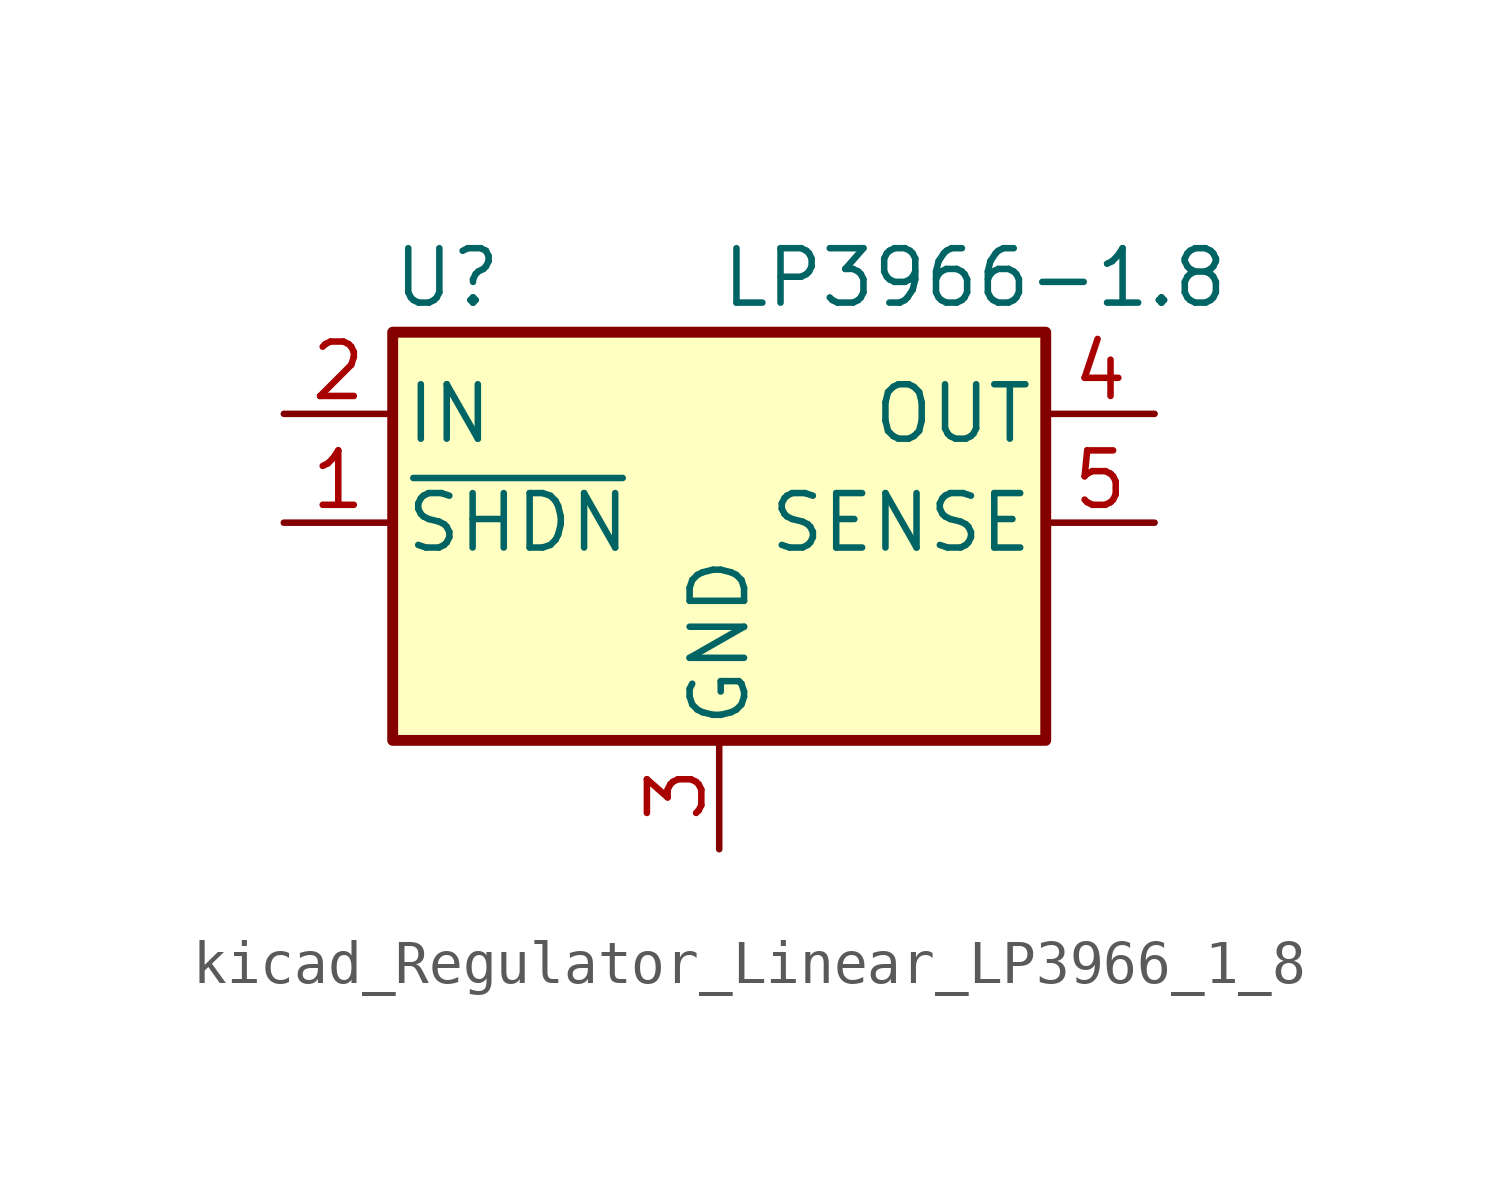
<source format=kicad_sym>
(kicad_symbol_lib
  (version 20220914)
  (generator kicad_symbol_editor)
  (symbol "kicad_Regulator_Linear_LP3966_1_8"
    (pin_names
      (offset 0.254))
    (property "Reference" "U"
      (at -6.35 5.715 0)
      (effects (font (size 1.27 1.27))))
    (property "Value" "LP3966-1.8"
      (at 0 5.715 0)
      (effects (font (size 1.27 1.27)) (justify left)))
    (symbol "kicad_Regulator_Linear_LP3966_1_8_0_1"
      (rectangle (start -7.62 -5.08) (end 7.62 4.445) (stroke (width 0.254) (type default)) (fill (type background))))
    (symbol "kicad_Regulator_Linear_LP3966_1_8_1_1"
      (pin input line (at -10.16 0 0) (length 2.54) (name "~{SHDN}" (effects (font (size 1.27 1.27)))) (number "1" (effects (font (size 1.27 1.27)))))
      (pin power_in line (at -10.16 2.54 0) (length 2.54) (name "IN" (effects (font (size 1.27 1.27)))) (number "2" (effects (font (size 1.27 1.27)))))
      (pin power_in line (at 0 -7.62 90) (length 2.54) (name "GND" (effects (font (size 1.27 1.27)))) (number "3" (effects (font (size 1.27 1.27)))))
      (pin power_out line (at 10.16 2.54 180) (length 2.54) (name "OUT" (effects (font (size 1.27 1.27)))) (number "4" (effects (font (size 1.27 1.27)))))
      (pin input line (at 10.16 0 180) (length 2.54) (name "SENSE" (effects (font (size 1.27 1.27)))) (number "5" (effects (font (size 1.27 1.27))))))))
</source>
